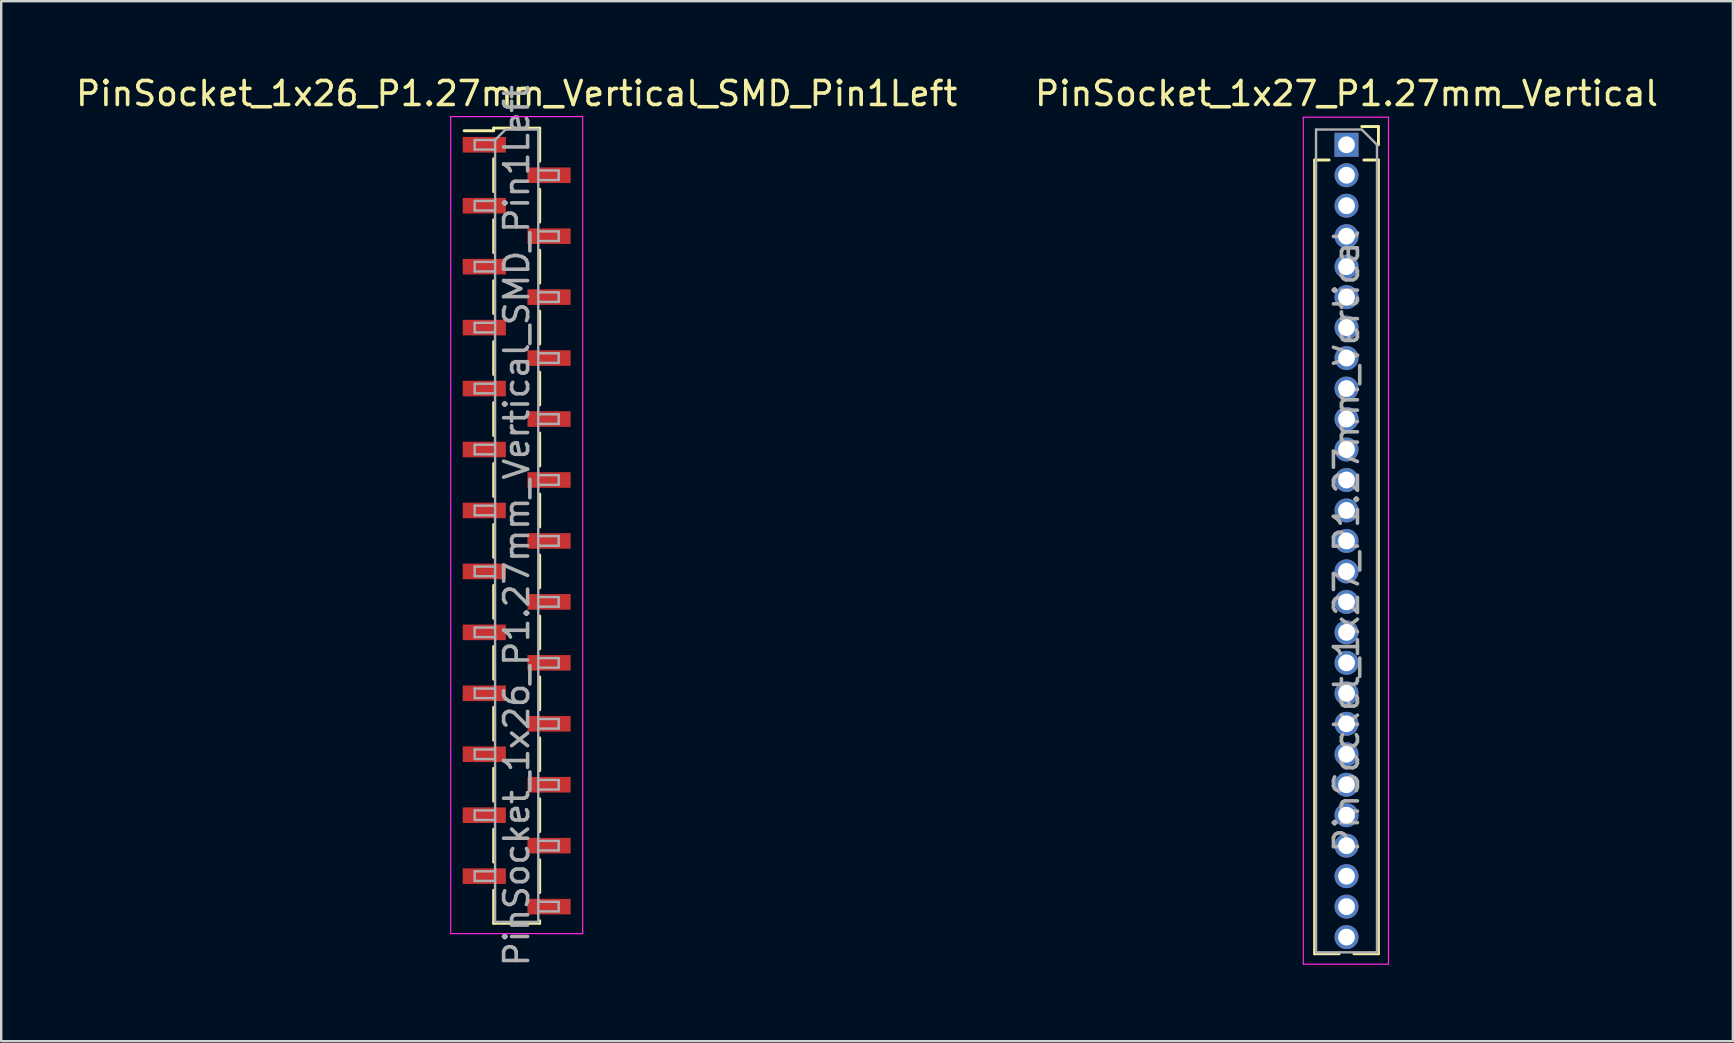
<source format=kicad_pcb>
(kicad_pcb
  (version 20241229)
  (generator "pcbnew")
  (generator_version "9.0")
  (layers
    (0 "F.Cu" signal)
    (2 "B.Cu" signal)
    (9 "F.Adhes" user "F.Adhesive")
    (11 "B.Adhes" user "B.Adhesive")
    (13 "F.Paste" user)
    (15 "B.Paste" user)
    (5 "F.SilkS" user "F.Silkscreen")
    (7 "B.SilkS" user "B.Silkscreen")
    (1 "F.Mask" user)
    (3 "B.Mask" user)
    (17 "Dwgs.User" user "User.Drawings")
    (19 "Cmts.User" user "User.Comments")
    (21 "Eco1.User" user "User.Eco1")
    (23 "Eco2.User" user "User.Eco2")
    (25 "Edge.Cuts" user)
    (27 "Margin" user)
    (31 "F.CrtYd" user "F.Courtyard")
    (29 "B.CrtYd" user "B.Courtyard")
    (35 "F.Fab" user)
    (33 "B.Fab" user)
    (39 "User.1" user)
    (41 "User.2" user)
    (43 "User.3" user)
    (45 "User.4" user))
  (footprint "PinSocket_1x27_P1.27mm_Vertical"
    (layer "F.Cu")
    (at 53.065 2.983)
    (property "Reference" "PinSocket_1x27_P1.27mm_Vertical" (at 0 -2.135 0) (layer "F.SilkS") (effects (font (size 1 1) (thickness 0.15))))
    (attr through_hole)
    (fp_line (start -1.33 0.635) (end -1.33 33.715) (stroke (width 0.12) (type solid)) (layer "F.SilkS"))
    (fp_line (start -1.33 0.635) (end -0.722 0.635) (stroke (width 0.12) (type solid)) (layer "F.SilkS"))
    (fp_line (start -1.33 33.715) (end -0.308 33.715) (stroke (width 0.12) (type solid)) (layer "F.SilkS"))
    (fp_line (start 0.308 33.715) (end 1.33 33.715) (stroke (width 0.12) (type solid)) (layer "F.SilkS"))
    (fp_line (start 0.635 -0.76) (end 1.33 -0.76) (stroke (width 0.12) (type solid)) (layer "F.SilkS"))
    (fp_line (start 0.722 0.635) (end 1.33 0.635) (stroke (width 0.12) (type solid)) (layer "F.SilkS"))
    (fp_line (start 1.33 -0.76) (end 1.33 0) (stroke (width 0.12) (type solid)) (layer "F.SilkS"))
    (fp_line (start 1.33 0.635) (end 1.33 33.715) (stroke (width 0.12) (type solid)) (layer "F.SilkS"))
    (fp_line (start -1.8 -1.15) (end 1.75 -1.15) (stroke (width 0.05) (type solid)) (layer "F.CrtYd"))
    (fp_line (start -1.8 34.15) (end -1.8 -1.15) (stroke (width 0.05) (type solid)) (layer "F.CrtYd"))
    (fp_line (start 1.75 -1.15) (end 1.75 34.15) (stroke (width 0.05) (type solid)) (layer "F.CrtYd"))
    (fp_line (start 1.75 34.15) (end -1.8 34.15) (stroke (width 0.05) (type solid)) (layer "F.CrtYd"))
    (fp_line (start -1.27 -0.635) (end 0.635 -0.635) (stroke (width 0.1) (type solid)) (layer "F.Fab"))
    (fp_line (start -1.27 33.655) (end -1.27 -0.635) (stroke (width 0.1) (type solid)) (layer "F.Fab"))
    (fp_line (start 0.635 -0.635) (end 1.27 0) (stroke (width 0.1) (type solid)) (layer "F.Fab"))
    (fp_line (start 1.27 0) (end 1.27 33.655) (stroke (width 0.1) (type solid)) (layer "F.Fab"))
    (fp_line (start 1.27 33.655) (end -1.27 33.655) (stroke (width 0.1) (type solid)) (layer "F.Fab"))
    (fp_text user "${REFERENCE}" (at 0 16.51 90) (layer "F.Fab") (effects (font (size 1 1) (thickness 0.15))))
    (pad "1" thru_hole rect (at 0 0) (size 1 1) (drill 0.7) (layers "*.Cu" "*.Mask"))
    (pad "2" thru_hole oval (at 0 1.27) (size 1 1) (drill 0.7) (layers "*.Cu" "*.Mask"))
    (pad "3" thru_hole oval (at 0 2.54) (size 1 1) (drill 0.7) (layers "*.Cu" "*.Mask"))
    (pad "4" thru_hole oval (at 0 3.81) (size 1 1) (drill 0.7) (layers "*.Cu" "*.Mask"))
    (pad "5" thru_hole oval (at 0 5.08) (size 1 1) (drill 0.7) (layers "*.Cu" "*.Mask"))
    (pad "6" thru_hole oval (at 0 6.35) (size 1 1) (drill 0.7) (layers "*.Cu" "*.Mask"))
    (pad "7" thru_hole oval (at 0 7.62) (size 1 1) (drill 0.7) (layers "*.Cu" "*.Mask"))
    (pad "8" thru_hole oval (at 0 8.89) (size 1 1) (drill 0.7) (layers "*.Cu" "*.Mask"))
    (pad "9" thru_hole oval (at 0 10.16) (size 1 1) (drill 0.7) (layers "*.Cu" "*.Mask"))
    (pad "10" thru_hole oval (at 0 11.43) (size 1 1) (drill 0.7) (layers "*.Cu" "*.Mask"))
    (pad "11" thru_hole oval (at 0 12.7) (size 1 1) (drill 0.7) (layers "*.Cu" "*.Mask"))
    (pad "12" thru_hole oval (at 0 13.97) (size 1 1) (drill 0.7) (layers "*.Cu" "*.Mask"))
    (pad "13" thru_hole oval (at 0 15.24) (size 1 1) (drill 0.7) (layers "*.Cu" "*.Mask"))
    (pad "14" thru_hole oval (at 0 16.51) (size 1 1) (drill 0.7) (layers "*.Cu" "*.Mask"))
    (pad "15" thru_hole oval (at 0 17.78) (size 1 1) (drill 0.7) (layers "*.Cu" "*.Mask"))
    (pad "16" thru_hole oval (at 0 19.05) (size 1 1) (drill 0.7) (layers "*.Cu" "*.Mask"))
    (pad "17" thru_hole oval (at 0 20.32) (size 1 1) (drill 0.7) (layers "*.Cu" "*.Mask"))
    (pad "18" thru_hole oval (at 0 21.59) (size 1 1) (drill 0.7) (layers "*.Cu" "*.Mask"))
    (pad "19" thru_hole oval (at 0 22.86) (size 1 1) (drill 0.7) (layers "*.Cu" "*.Mask"))
    (pad "20" thru_hole oval (at 0 24.13) (size 1 1) (drill 0.7) (layers "*.Cu" "*.Mask"))
    (pad "21" thru_hole oval (at 0 25.4) (size 1 1) (drill 0.7) (layers "*.Cu" "*.Mask"))
    (pad "22" thru_hole oval (at 0 26.67) (size 1 1) (drill 0.7) (layers "*.Cu" "*.Mask"))
    (pad "23" thru_hole oval (at 0 27.94) (size 1 1) (drill 0.7) (layers "*.Cu" "*.Mask"))
    (pad "24" thru_hole oval (at 0 29.21) (size 1 1) (drill 0.7) (layers "*.Cu" "*.Mask"))
    (pad "25" thru_hole oval (at 0 30.48) (size 1 1) (drill 0.7) (layers "*.Cu" "*.Mask"))
    (pad "26" thru_hole oval (at 0 31.75) (size 1 1) (drill 0.7) (layers "*.Cu" "*.Mask"))
    (pad "27" thru_hole oval (at 0 33.02) (size 1 1) (drill 0.7) (layers "*.Cu" "*.Mask")))
  (footprint "PinSocket_1x26_P1.27mm_Vertical_SMD_Pin1Left"
    (layer "F.Cu")
    (at 18.482 18.858)
    (property "Reference" "PinSocket_1x26_P1.27mm_Vertical_SMD_Pin1Left" (at 0 -18.01 0) (layer "F.SilkS") (effects (font (size 1 1) (thickness 0.15))))
    (attr smd)
    (fp_line (start -2.19 -16.46) (end -0.96 -16.46) (stroke (width 0.12) (type solid)) (layer "F.SilkS"))
    (fp_line (start -0.96 -16.57) (end -0.96 -16.46) (stroke (width 0.12) (type solid)) (layer "F.SilkS"))
    (fp_line (start -0.96 -16.57) (end 0.96 -16.57) (stroke (width 0.12) (type solid)) (layer "F.SilkS"))
    (fp_line (start -0.96 -15.29) (end -0.96 -13.92) (stroke (width 0.12) (type solid)) (layer "F.SilkS"))
    (fp_line (start -0.96 -12.75) (end -0.96 -11.38) (stroke (width 0.12) (type solid)) (layer "F.SilkS"))
    (fp_line (start -0.96 -10.21) (end -0.96 -8.84) (stroke (width 0.12) (type solid)) (layer "F.SilkS"))
    (fp_line (start -0.96 -7.67) (end -0.96 -6.3) (stroke (width 0.12) (type solid)) (layer "F.SilkS"))
    (fp_line (start -0.96 -5.13) (end -0.96 -3.76) (stroke (width 0.12) (type solid)) (layer "F.SilkS"))
    (fp_line (start -0.96 -2.59) (end -0.96 -1.22) (stroke (width 0.12) (type solid)) (layer "F.SilkS"))
    (fp_line (start -0.96 -0.05) (end -0.96 1.32) (stroke (width 0.12) (type solid)) (layer "F.SilkS"))
    (fp_line (start -0.96 2.49) (end -0.96 3.86) (stroke (width 0.12) (type solid)) (layer "F.SilkS"))
    (fp_line (start -0.96 5.03) (end -0.96 6.4) (stroke (width 0.12) (type solid)) (layer "F.SilkS"))
    (fp_line (start -0.96 7.57) (end -0.96 8.94) (stroke (width 0.12) (type solid)) (layer "F.SilkS"))
    (fp_line (start -0.96 10.11) (end -0.96 11.48) (stroke (width 0.12) (type solid)) (layer "F.SilkS"))
    (fp_line (start -0.96 12.65) (end -0.96 14.02) (stroke (width 0.12) (type solid)) (layer "F.SilkS"))
    (fp_line (start -0.96 15.19) (end -0.96 16.57) (stroke (width 0.12) (type solid)) (layer "F.SilkS"))
    (fp_line (start -0.96 16.57) (end 0.96 16.57) (stroke (width 0.12) (type solid)) (layer "F.SilkS"))
    (fp_line (start 0.96 -16.57) (end 0.96 -15.19) (stroke (width 0.12) (type solid)) (layer "F.SilkS"))
    (fp_line (start 0.96 -14.02) (end 0.96 -12.65) (stroke (width 0.12) (type solid)) (layer "F.SilkS"))
    (fp_line (start 0.96 -11.48) (end 0.96 -10.11) (stroke (width 0.12) (type solid)) (layer "F.SilkS"))
    (fp_line (start 0.96 -8.94) (end 0.96 -7.57) (stroke (width 0.12) (type solid)) (layer "F.SilkS"))
    (fp_line (start 0.96 -6.4) (end 0.96 -5.03) (stroke (width 0.12) (type solid)) (layer "F.SilkS"))
    (fp_line (start 0.96 -3.86) (end 0.96 -2.49) (stroke (width 0.12) (type solid)) (layer "F.SilkS"))
    (fp_line (start 0.96 -1.32) (end 0.96 0.05) (stroke (width 0.12) (type solid)) (layer "F.SilkS"))
    (fp_line (start 0.96 1.22) (end 0.96 2.59) (stroke (width 0.12) (type solid)) (layer "F.SilkS"))
    (fp_line (start 0.96 3.76) (end 0.96 5.13) (stroke (width 0.12) (type solid)) (layer "F.SilkS"))
    (fp_line (start 0.96 6.3) (end 0.96 7.67) (stroke (width 0.12) (type solid)) (layer "F.SilkS"))
    (fp_line (start 0.96 8.84) (end 0.96 10.21) (stroke (width 0.12) (type solid)) (layer "F.SilkS"))
    (fp_line (start 0.96 11.38) (end 0.96 12.75) (stroke (width 0.12) (type solid)) (layer "F.SilkS"))
    (fp_line (start 0.96 13.92) (end 0.96 15.29) (stroke (width 0.12) (type solid)) (layer "F.SilkS"))
    (fp_line (start 0.96 16.46) (end 0.96 16.57) (stroke (width 0.12) (type solid)) (layer "F.SilkS"))
    (fp_line (start -2.75 -17.05) (end 2.75 -17.05) (stroke (width 0.05) (type solid)) (layer "F.CrtYd"))
    (fp_line (start -2.75 17) (end -2.75 -17.05) (stroke (width 0.05) (type solid)) (layer "F.CrtYd"))
    (fp_line (start 2.75 -17.05) (end 2.75 17) (stroke (width 0.05) (type solid)) (layer "F.CrtYd"))
    (fp_line (start 2.75 17) (end -2.75 17) (stroke (width 0.05) (type solid)) (layer "F.CrtYd"))
    (fp_line (start -1.75 -16.075) (end -0.9 -16.075) (stroke (width 0.1) (type solid)) (layer "F.Fab"))
    (fp_line (start -1.75 -15.675) (end -1.75 -16.075) (stroke (width 0.1) (type solid)) (layer "F.Fab"))
    (fp_line (start -1.75 -13.535) (end -0.9 -13.535) (stroke (width 0.1) (type solid)) (layer "F.Fab"))
    (fp_line (start -1.75 -13.135) (end -1.75 -13.535) (stroke (width 0.1) (type solid)) (layer "F.Fab"))
    (fp_line (start -1.75 -10.995) (end -0.9 -10.995) (stroke (width 0.1) (type solid)) (layer "F.Fab"))
    (fp_line (start -1.75 -10.595) (end -1.75 -10.995) (stroke (width 0.1) (type solid)) (layer "F.Fab"))
    (fp_line (start -1.75 -8.455) (end -0.9 -8.455) (stroke (width 0.1) (type solid)) (layer "F.Fab"))
    (fp_line (start -1.75 -8.055) (end -1.75 -8.455) (stroke (width 0.1) (type solid)) (layer "F.Fab"))
    (fp_line (start -1.75 -5.915) (end -0.9 -5.915) (stroke (width 0.1) (type solid)) (layer "F.Fab"))
    (fp_line (start -1.75 -5.515) (end -1.75 -5.915) (stroke (width 0.1) (type solid)) (layer "F.Fab"))
    (fp_line (start -1.75 -3.375) (end -0.9 -3.375) (stroke (width 0.1) (type solid)) (layer "F.Fab"))
    (fp_line (start -1.75 -2.975) (end -1.75 -3.375) (stroke (width 0.1) (type solid)) (layer "F.Fab"))
    (fp_line (start -1.75 -0.835) (end -0.9 -0.835) (stroke (width 0.1) (type solid)) (layer "F.Fab"))
    (fp_line (start -1.75 -0.435) (end -1.75 -0.835) (stroke (width 0.1) (type solid)) (layer "F.Fab"))
    (fp_line (start -1.75 1.705) (end -0.9 1.705) (stroke (width 0.1) (type solid)) (layer "F.Fab"))
    (fp_line (start -1.75 2.105) (end -1.75 1.705) (stroke (width 0.1) (type solid)) (layer "F.Fab"))
    (fp_line (start -1.75 4.245) (end -0.9 4.245) (stroke (width 0.1) (type solid)) (layer "F.Fab"))
    (fp_line (start -1.75 4.645) (end -1.75 4.245) (stroke (width 0.1) (type solid)) (layer "F.Fab"))
    (fp_line (start -1.75 6.785) (end -0.9 6.785) (stroke (width 0.1) (type solid)) (layer "F.Fab"))
    (fp_line (start -1.75 7.185) (end -1.75 6.785) (stroke (width 0.1) (type solid)) (layer "F.Fab"))
    (fp_line (start -1.75 9.325) (end -0.9 9.325) (stroke (width 0.1) (type solid)) (layer "F.Fab"))
    (fp_line (start -1.75 9.725) (end -1.75 9.325) (stroke (width 0.1) (type solid)) (layer "F.Fab"))
    (fp_line (start -1.75 11.865) (end -0.9 11.865) (stroke (width 0.1) (type solid)) (layer "F.Fab"))
    (fp_line (start -1.75 12.265) (end -1.75 11.865) (stroke (width 0.1) (type solid)) (layer "F.Fab"))
    (fp_line (start -1.75 14.405) (end -0.9 14.405) (stroke (width 0.1) (type solid)) (layer "F.Fab"))
    (fp_line (start -1.75 14.805) (end -1.75 14.405) (stroke (width 0.1) (type solid)) (layer "F.Fab"))
    (fp_line (start -0.9 -16.075) (end -0.465 -16.51) (stroke (width 0.1) (type solid)) (layer "F.Fab"))
    (fp_line (start -0.9 -15.675) (end -1.75 -15.675) (stroke (width 0.1) (type solid)) (layer "F.Fab"))
    (fp_line (start -0.9 -13.135) (end -1.75 -13.135) (stroke (width 0.1) (type solid)) (layer "F.Fab"))
    (fp_line (start -0.9 -10.595) (end -1.75 -10.595) (stroke (width 0.1) (type solid)) (layer "F.Fab"))
    (fp_line (start -0.9 -8.055) (end -1.75 -8.055) (stroke (width 0.1) (type solid)) (layer "F.Fab"))
    (fp_line (start -0.9 -5.515) (end -1.75 -5.515) (stroke (width 0.1) (type solid)) (layer "F.Fab"))
    (fp_line (start -0.9 -2.975) (end -1.75 -2.975) (stroke (width 0.1) (type solid)) (layer "F.Fab"))
    (fp_line (start -0.9 -0.435) (end -1.75 -0.435) (stroke (width 0.1) (type solid)) (layer "F.Fab"))
    (fp_line (start -0.9 2.105) (end -1.75 2.105) (stroke (width 0.1) (type solid)) (layer "F.Fab"))
    (fp_line (start -0.9 4.645) (end -1.75 4.645) (stroke (width 0.1) (type solid)) (layer "F.Fab"))
    (fp_line (start -0.9 7.185) (end -1.75 7.185) (stroke (width 0.1) (type solid)) (layer "F.Fab"))
    (fp_line (start -0.9 9.725) (end -1.75 9.725) (stroke (width 0.1) (type solid)) (layer "F.Fab"))
    (fp_line (start -0.9 12.265) (end -1.75 12.265) (stroke (width 0.1) (type solid)) (layer "F.Fab"))
    (fp_line (start -0.9 14.805) (end -1.75 14.805) (stroke (width 0.1) (type solid)) (layer "F.Fab"))
    (fp_line (start -0.9 16.51) (end -0.9 -16.075) (stroke (width 0.1) (type solid)) (layer "F.Fab"))
    (fp_line (start -0.465 -16.51) (end 0.9 -16.51) (stroke (width 0.1) (type solid)) (layer "F.Fab"))
    (fp_line (start 0.9 -16.51) (end 0.9 16.51) (stroke (width 0.1) (type solid)) (layer "F.Fab"))
    (fp_line (start 0.9 -14.805) (end 1.75 -14.805) (stroke (width 0.1) (type solid)) (layer "F.Fab"))
    (fp_line (start 0.9 -12.265) (end 1.75 -12.265) (stroke (width 0.1) (type solid)) (layer "F.Fab"))
    (fp_line (start 0.9 -9.725) (end 1.75 -9.725) (stroke (width 0.1) (type solid)) (layer "F.Fab"))
    (fp_line (start 0.9 -7.185) (end 1.75 -7.185) (stroke (width 0.1) (type solid)) (layer "F.Fab"))
    (fp_line (start 0.9 -4.645) (end 1.75 -4.645) (stroke (width 0.1) (type solid)) (layer "F.Fab"))
    (fp_line (start 0.9 -2.105) (end 1.75 -2.105) (stroke (width 0.1) (type solid)) (layer "F.Fab"))
    (fp_line (start 0.9 0.435) (end 1.75 0.435) (stroke (width 0.1) (type solid)) (layer "F.Fab"))
    (fp_line (start 0.9 2.975) (end 1.75 2.975) (stroke (width 0.1) (type solid)) (layer "F.Fab"))
    (fp_line (start 0.9 5.515) (end 1.75 5.515) (stroke (width 0.1) (type solid)) (layer "F.Fab"))
    (fp_line (start 0.9 8.055) (end 1.75 8.055) (stroke (width 0.1) (type solid)) (layer "F.Fab"))
    (fp_line (start 0.9 10.595) (end 1.75 10.595) (stroke (width 0.1) (type solid)) (layer "F.Fab"))
    (fp_line (start 0.9 13.135) (end 1.75 13.135) (stroke (width 0.1) (type solid)) (layer "F.Fab"))
    (fp_line (start 0.9 15.675) (end 1.75 15.675) (stroke (width 0.1) (type solid)) (layer "F.Fab"))
    (fp_line (start 0.9 16.51) (end -0.9 16.51) (stroke (width 0.1) (type solid)) (layer "F.Fab"))
    (fp_line (start 1.75 -14.805) (end 1.75 -14.405) (stroke (width 0.1) (type solid)) (layer "F.Fab"))
    (fp_line (start 1.75 -14.405) (end 0.9 -14.405) (stroke (width 0.1) (type solid)) (layer "F.Fab"))
    (fp_line (start 1.75 -12.265) (end 1.75 -11.865) (stroke (width 0.1) (type solid)) (layer "F.Fab"))
    (fp_line (start 1.75 -11.865) (end 0.9 -11.865) (stroke (width 0.1) (type solid)) (layer "F.Fab"))
    (fp_line (start 1.75 -9.725) (end 1.75 -9.325) (stroke (width 0.1) (type solid)) (layer "F.Fab"))
    (fp_line (start 1.75 -9.325) (end 0.9 -9.325) (stroke (width 0.1) (type solid)) (layer "F.Fab"))
    (fp_line (start 1.75 -7.185) (end 1.75 -6.785) (stroke (width 0.1) (type solid)) (layer "F.Fab"))
    (fp_line (start 1.75 -6.785) (end 0.9 -6.785) (stroke (width 0.1) (type solid)) (layer "F.Fab"))
    (fp_line (start 1.75 -4.645) (end 1.75 -4.245) (stroke (width 0.1) (type solid)) (layer "F.Fab"))
    (fp_line (start 1.75 -4.245) (end 0.9 -4.245) (stroke (width 0.1) (type solid)) (layer "F.Fab"))
    (fp_line (start 1.75 -2.105) (end 1.75 -1.705) (stroke (width 0.1) (type solid)) (layer "F.Fab"))
    (fp_line (start 1.75 -1.705) (end 0.9 -1.705) (stroke (width 0.1) (type solid)) (layer "F.Fab"))
    (fp_line (start 1.75 0.435) (end 1.75 0.835) (stroke (width 0.1) (type solid)) (layer "F.Fab"))
    (fp_line (start 1.75 0.835) (end 0.9 0.835) (stroke (width 0.1) (type solid)) (layer "F.Fab"))
    (fp_line (start 1.75 2.975) (end 1.75 3.375) (stroke (width 0.1) (type solid)) (layer "F.Fab"))
    (fp_line (start 1.75 3.375) (end 0.9 3.375) (stroke (width 0.1) (type solid)) (layer "F.Fab"))
    (fp_line (start 1.75 5.515) (end 1.75 5.915) (stroke (width 0.1) (type solid)) (layer "F.Fab"))
    (fp_line (start 1.75 5.915) (end 0.9 5.915) (stroke (width 0.1) (type solid)) (layer "F.Fab"))
    (fp_line (start 1.75 8.055) (end 1.75 8.455) (stroke (width 0.1) (type solid)) (layer "F.Fab"))
    (fp_line (start 1.75 8.455) (end 0.9 8.455) (stroke (width 0.1) (type solid)) (layer "F.Fab"))
    (fp_line (start 1.75 10.595) (end 1.75 10.995) (stroke (width 0.1) (type solid)) (layer "F.Fab"))
    (fp_line (start 1.75 10.995) (end 0.9 10.995) (stroke (width 0.1) (type solid)) (layer "F.Fab"))
    (fp_line (start 1.75 13.135) (end 1.75 13.535) (stroke (width 0.1) (type solid)) (layer "F.Fab"))
    (fp_line (start 1.75 13.535) (end 0.9 13.535) (stroke (width 0.1) (type solid)) (layer "F.Fab"))
    (fp_line (start 1.75 15.675) (end 1.75 16.075) (stroke (width 0.1) (type solid)) (layer "F.Fab"))
    (fp_line (start 1.75 16.075) (end 0.9 16.075) (stroke (width 0.1) (type solid)) (layer "F.Fab"))
    (fp_text user "${REFERENCE}" (at 0 0 90) (layer "F.Fab") (effects (font (size 1 1) (thickness 0.15))))
    (pad "1" smd rect (at -1.35 -15.875) (size 1.8 0.65) (layers "F.Cu" "F.Mask" "F.Paste"))
    (pad "2" smd rect (at 1.35 -14.605) (size 1.8 0.65) (layers "F.Cu" "F.Mask" "F.Paste"))
    (pad "3" smd rect (at -1.35 -13.335) (size 1.8 0.65) (layers "F.Cu" "F.Mask" "F.Paste"))
    (pad "4" smd rect (at 1.35 -12.065) (size 1.8 0.65) (layers "F.Cu" "F.Mask" "F.Paste"))
    (pad "5" smd rect (at -1.35 -10.795) (size 1.8 0.65) (layers "F.Cu" "F.Mask" "F.Paste"))
    (pad "6" smd rect (at 1.35 -9.525) (size 1.8 0.65) (layers "F.Cu" "F.Mask" "F.Paste"))
    (pad "7" smd rect (at -1.35 -8.255) (size 1.8 0.65) (layers "F.Cu" "F.Mask" "F.Paste"))
    (pad "8" smd rect (at 1.35 -6.985) (size 1.8 0.65) (layers "F.Cu" "F.Mask" "F.Paste"))
    (pad "9" smd rect (at -1.35 -5.715) (size 1.8 0.65) (layers "F.Cu" "F.Mask" "F.Paste"))
    (pad "10" smd rect (at 1.35 -4.445) (size 1.8 0.65) (layers "F.Cu" "F.Mask" "F.Paste"))
    (pad "11" smd rect (at -1.35 -3.175) (size 1.8 0.65) (layers "F.Cu" "F.Mask" "F.Paste"))
    (pad "12" smd rect (at 1.35 -1.905) (size 1.8 0.65) (layers "F.Cu" "F.Mask" "F.Paste"))
    (pad "13" smd rect (at -1.35 -0.635) (size 1.8 0.65) (layers "F.Cu" "F.Mask" "F.Paste"))
    (pad "14" smd rect (at 1.35 0.635) (size 1.8 0.65) (layers "F.Cu" "F.Mask" "F.Paste"))
    (pad "15" smd rect (at -1.35 1.905) (size 1.8 0.65) (layers "F.Cu" "F.Mask" "F.Paste"))
    (pad "16" smd rect (at 1.35 3.175) (size 1.8 0.65) (layers "F.Cu" "F.Mask" "F.Paste"))
    (pad "17" smd rect (at -1.35 4.445) (size 1.8 0.65) (layers "F.Cu" "F.Mask" "F.Paste"))
    (pad "18" smd rect (at 1.35 5.715) (size 1.8 0.65) (layers "F.Cu" "F.Mask" "F.Paste"))
    (pad "19" smd rect (at -1.35 6.985) (size 1.8 0.65) (layers "F.Cu" "F.Mask" "F.Paste"))
    (pad "20" smd rect (at 1.35 8.255) (size 1.8 0.65) (layers "F.Cu" "F.Mask" "F.Paste"))
    (pad "21" smd rect (at -1.35 9.525) (size 1.8 0.65) (layers "F.Cu" "F.Mask" "F.Paste"))
    (pad "22" smd rect (at 1.35 10.795) (size 1.8 0.65) (layers "F.Cu" "F.Mask" "F.Paste"))
    (pad "23" smd rect (at -1.35 12.065) (size 1.8 0.65) (layers "F.Cu" "F.Mask" "F.Paste"))
    (pad "24" smd rect (at 1.35 13.335) (size 1.8 0.65) (layers "F.Cu" "F.Mask" "F.Paste"))
    (pad "25" smd rect (at -1.35 14.605) (size 1.8 0.65) (layers "F.Cu" "F.Mask" "F.Paste"))
    (pad "26" smd rect (at 1.35 15.875) (size 1.8 0.65) (layers "F.Cu" "F.Mask" "F.Paste")))
  (gr_rect
    (start -3 -3)
    (end 69.167 40.34)
    (stroke (width 0.1) (type default))
    (fill no)
    (layer "Edge.Cuts")))
</source>
